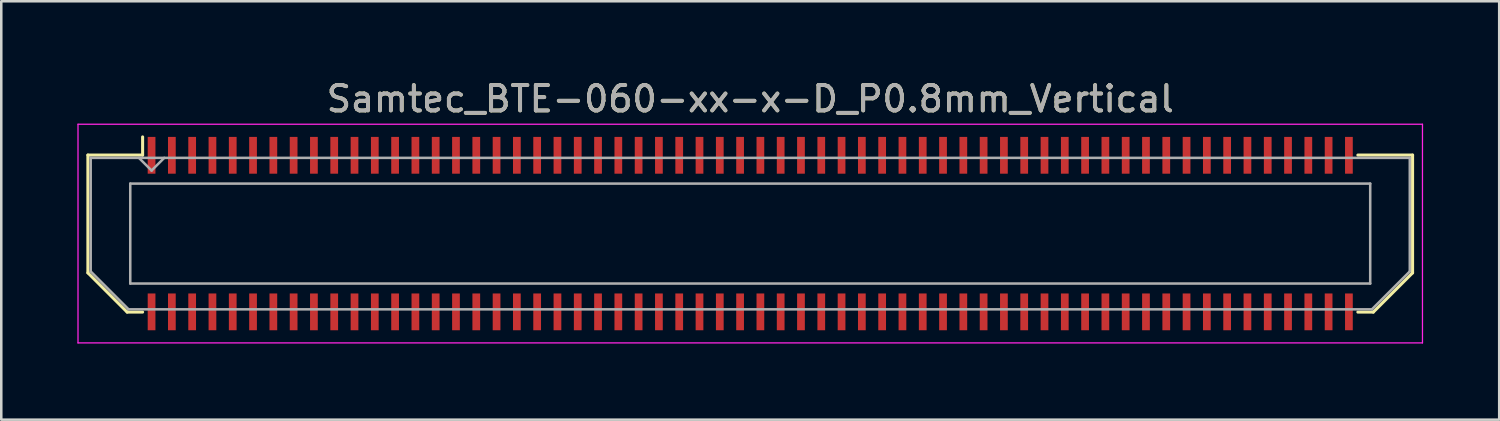
<source format=kicad_pcb>
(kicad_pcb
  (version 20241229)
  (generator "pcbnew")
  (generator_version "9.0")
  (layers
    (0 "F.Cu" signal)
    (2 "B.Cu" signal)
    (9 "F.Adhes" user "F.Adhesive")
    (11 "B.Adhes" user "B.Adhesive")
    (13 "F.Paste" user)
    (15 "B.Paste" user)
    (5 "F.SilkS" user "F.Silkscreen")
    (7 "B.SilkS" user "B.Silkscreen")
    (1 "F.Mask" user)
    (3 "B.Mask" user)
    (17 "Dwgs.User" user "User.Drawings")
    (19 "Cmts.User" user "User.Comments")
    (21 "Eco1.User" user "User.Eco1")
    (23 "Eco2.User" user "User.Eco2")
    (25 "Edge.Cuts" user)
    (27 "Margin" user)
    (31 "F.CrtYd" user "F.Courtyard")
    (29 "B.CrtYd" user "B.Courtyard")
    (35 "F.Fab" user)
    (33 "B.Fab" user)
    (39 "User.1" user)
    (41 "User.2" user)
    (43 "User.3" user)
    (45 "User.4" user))
  (footprint "Samtec_BTE-060-xx-x-D_P0.8mm_Vertical"
    (layer "F.Cu")
    (at 26.525 6.158)
    (property "Reference" "Samtec_BTE-060-xx-x-D_P0.8mm_Vertical" (at 0 -5.31 0) (layer "F.SilkS") (effects (font (size 1 1) (thickness 0.15))))
    (attr smd)
    (fp_line (start -26.11 -3.095) (end -26.11 1.548) (stroke (width 0.12) (type solid)) (layer "F.SilkS"))
    (fp_line (start -26.11 1.548) (end -24.562 3.095) (stroke (width 0.12) (type solid)) (layer "F.SilkS"))
    (fp_line (start -24.562 3.095) (end -23.953 3.095) (stroke (width 0.12) (type solid)) (layer "F.SilkS"))
    (fp_line (start -23.953 -3.811) (end -23.953 -3.095) (stroke (width 0.12) (type solid)) (layer "F.SilkS"))
    (fp_line (start -23.953 -3.095) (end -26.11 -3.095) (stroke (width 0.12) (type solid)) (layer "F.SilkS"))
    (fp_line (start 23.953 -3.095) (end 26.11 -3.095) (stroke (width 0.12) (type solid)) (layer "F.SilkS"))
    (fp_line (start 24.562 3.095) (end 23.953 3.095) (stroke (width 0.12) (type solid)) (layer "F.SilkS"))
    (fp_line (start 26.11 -3.095) (end 26.11 1.548) (stroke (width 0.12) (type solid)) (layer "F.SilkS"))
    (fp_line (start 26.11 1.548) (end 24.562 3.095) (stroke (width 0.12) (type solid)) (layer "F.SilkS"))
    (fp_line (start -26.5 -4.31) (end -26.5 4.31) (stroke (width 0.05) (type solid)) (layer "F.CrtYd"))
    (fp_line (start -26.5 4.31) (end 26.5 4.31) (stroke (width 0.05) (type solid)) (layer "F.CrtYd"))
    (fp_line (start 26.5 -4.31) (end -26.5 -4.31) (stroke (width 0.05) (type solid)) (layer "F.CrtYd"))
    (fp_line (start 26.5 4.31) (end 26.5 -4.31) (stroke (width 0.05) (type solid)) (layer "F.CrtYd"))
    (fp_line (start -26 -2.985) (end -26 1.492) (stroke (width 0.1) (type solid)) (layer "F.Fab"))
    (fp_line (start -26 -2.985) (end 26 -2.985) (stroke (width 0.1) (type solid)) (layer "F.Fab"))
    (fp_line (start -26 1.492) (end -24.508 2.985) (stroke (width 0.1) (type solid)) (layer "F.Fab"))
    (fp_line (start -24.508 2.985) (end 24.508 2.985) (stroke (width 0.1) (type solid)) (layer "F.Fab"))
    (fp_line (start -24.44 -1.97) (end -24.44 1.97) (stroke (width 0.1) (type solid)) (layer "F.Fab"))
    (fp_line (start -24.44 1.97) (end 24.44 1.97) (stroke (width 0.1) (type solid)) (layer "F.Fab"))
    (fp_line (start -23.6 -2.485) (end -24.1 -2.985) (stroke (width 0.1) (type solid)) (layer "F.Fab"))
    (fp_line (start -23.1 -2.985) (end -23.6 -2.485) (stroke (width 0.1) (type solid)) (layer "F.Fab"))
    (fp_line (start 24.44 -1.97) (end -24.44 -1.97) (stroke (width 0.1) (type solid)) (layer "F.Fab"))
    (fp_line (start 24.44 1.97) (end 24.44 -1.97) (stroke (width 0.1) (type solid)) (layer "F.Fab"))
    (fp_line (start 26 -2.985) (end 26 1.492) (stroke (width 0.1) (type solid)) (layer "F.Fab"))
    (fp_line (start 26 1.492) (end 24.508 2.985) (stroke (width 0.1) (type solid)) (layer "F.Fab"))
    (fp_text user "${REFERENCE}" (at 0 -5.31 0) (layer "F.Fab") (effects (font (size 1 1) (thickness 0.15))))
    (pad "1" smd rect (at -23.6 -3.086) (size 0.305 1.45) (layers "F.Cu" "F.Mask" "F.Paste"))
    (pad "2" smd rect (at -23.6 3.086) (size 0.305 1.45) (layers "F.Cu" "F.Mask" "F.Paste"))
    (pad "3" smd rect (at -22.8 -3.086) (size 0.305 1.45) (layers "F.Cu" "F.Mask" "F.Paste"))
    (pad "4" smd rect (at -22.8 3.086) (size 0.305 1.45) (layers "F.Cu" "F.Mask" "F.Paste"))
    (pad "5" smd rect (at -22 -3.086) (size 0.305 1.45) (layers "F.Cu" "F.Mask" "F.Paste"))
    (pad "6" smd rect (at -22 3.086) (size 0.305 1.45) (layers "F.Cu" "F.Mask" "F.Paste"))
    (pad "7" smd rect (at -21.2 -3.086) (size 0.305 1.45) (layers "F.Cu" "F.Mask" "F.Paste"))
    (pad "8" smd rect (at -21.2 3.086) (size 0.305 1.45) (layers "F.Cu" "F.Mask" "F.Paste"))
    (pad "9" smd rect (at -20.4 -3.086) (size 0.305 1.45) (layers "F.Cu" "F.Mask" "F.Paste"))
    (pad "10" smd rect (at -20.4 3.086) (size 0.305 1.45) (layers "F.Cu" "F.Mask" "F.Paste"))
    (pad "11" smd rect (at -19.6 -3.086) (size 0.305 1.45) (layers "F.Cu" "F.Mask" "F.Paste"))
    (pad "12" smd rect (at -19.6 3.086) (size 0.305 1.45) (layers "F.Cu" "F.Mask" "F.Paste"))
    (pad "13" smd rect (at -18.8 -3.086) (size 0.305 1.45) (layers "F.Cu" "F.Mask" "F.Paste"))
    (pad "14" smd rect (at -18.8 3.086) (size 0.305 1.45) (layers "F.Cu" "F.Mask" "F.Paste"))
    (pad "15" smd rect (at -18 -3.086) (size 0.305 1.45) (layers "F.Cu" "F.Mask" "F.Paste"))
    (pad "16" smd rect (at -18 3.086) (size 0.305 1.45) (layers "F.Cu" "F.Mask" "F.Paste"))
    (pad "17" smd rect (at -17.2 -3.086) (size 0.305 1.45) (layers "F.Cu" "F.Mask" "F.Paste"))
    (pad "18" smd rect (at -17.2 3.086) (size 0.305 1.45) (layers "F.Cu" "F.Mask" "F.Paste"))
    (pad "19" smd rect (at -16.4 -3.086) (size 0.305 1.45) (layers "F.Cu" "F.Mask" "F.Paste"))
    (pad "20" smd rect (at -16.4 3.086) (size 0.305 1.45) (layers "F.Cu" "F.Mask" "F.Paste"))
    (pad "21" smd rect (at -15.6 -3.086) (size 0.305 1.45) (layers "F.Cu" "F.Mask" "F.Paste"))
    (pad "22" smd rect (at -15.6 3.086) (size 0.305 1.45) (layers "F.Cu" "F.Mask" "F.Paste"))
    (pad "23" smd rect (at -14.8 -3.086) (size 0.305 1.45) (layers "F.Cu" "F.Mask" "F.Paste"))
    (pad "24" smd rect (at -14.8 3.086) (size 0.305 1.45) (layers "F.Cu" "F.Mask" "F.Paste"))
    (pad "25" smd rect (at -14 -3.086) (size 0.305 1.45) (layers "F.Cu" "F.Mask" "F.Paste"))
    (pad "26" smd rect (at -14 3.086) (size 0.305 1.45) (layers "F.Cu" "F.Mask" "F.Paste"))
    (pad "27" smd rect (at -13.2 -3.086) (size 0.305 1.45) (layers "F.Cu" "F.Mask" "F.Paste"))
    (pad "28" smd rect (at -13.2 3.086) (size 0.305 1.45) (layers "F.Cu" "F.Mask" "F.Paste"))
    (pad "29" smd rect (at -12.4 -3.086) (size 0.305 1.45) (layers "F.Cu" "F.Mask" "F.Paste"))
    (pad "30" smd rect (at -12.4 3.086) (size 0.305 1.45) (layers "F.Cu" "F.Mask" "F.Paste"))
    (pad "31" smd rect (at -11.6 -3.086) (size 0.305 1.45) (layers "F.Cu" "F.Mask" "F.Paste"))
    (pad "32" smd rect (at -11.6 3.086) (size 0.305 1.45) (layers "F.Cu" "F.Mask" "F.Paste"))
    (pad "33" smd rect (at -10.8 -3.086) (size 0.305 1.45) (layers "F.Cu" "F.Mask" "F.Paste"))
    (pad "34" smd rect (at -10.8 3.086) (size 0.305 1.45) (layers "F.Cu" "F.Mask" "F.Paste"))
    (pad "35" smd rect (at -10 -3.086) (size 0.305 1.45) (layers "F.Cu" "F.Mask" "F.Paste"))
    (pad "36" smd rect (at -10 3.086) (size 0.305 1.45) (layers "F.Cu" "F.Mask" "F.Paste"))
    (pad "37" smd rect (at -9.2 -3.086) (size 0.305 1.45) (layers "F.Cu" "F.Mask" "F.Paste"))
    (pad "38" smd rect (at -9.2 3.086) (size 0.305 1.45) (layers "F.Cu" "F.Mask" "F.Paste"))
    (pad "39" smd rect (at -8.4 -3.086) (size 0.305 1.45) (layers "F.Cu" "F.Mask" "F.Paste"))
    (pad "40" smd rect (at -8.4 3.086) (size 0.305 1.45) (layers "F.Cu" "F.Mask" "F.Paste"))
    (pad "41" smd rect (at -7.6 -3.086) (size 0.305 1.45) (layers "F.Cu" "F.Mask" "F.Paste"))
    (pad "42" smd rect (at -7.6 3.086) (size 0.305 1.45) (layers "F.Cu" "F.Mask" "F.Paste"))
    (pad "43" smd rect (at -6.8 -3.086) (size 0.305 1.45) (layers "F.Cu" "F.Mask" "F.Paste"))
    (pad "44" smd rect (at -6.8 3.086) (size 0.305 1.45) (layers "F.Cu" "F.Mask" "F.Paste"))
    (pad "45" smd rect (at -6 -3.086) (size 0.305 1.45) (layers "F.Cu" "F.Mask" "F.Paste"))
    (pad "46" smd rect (at -6 3.086) (size 0.305 1.45) (layers "F.Cu" "F.Mask" "F.Paste"))
    (pad "47" smd rect (at -5.2 -3.086) (size 0.305 1.45) (layers "F.Cu" "F.Mask" "F.Paste"))
    (pad "48" smd rect (at -5.2 3.086) (size 0.305 1.45) (layers "F.Cu" "F.Mask" "F.Paste"))
    (pad "49" smd rect (at -4.4 -3.086) (size 0.305 1.45) (layers "F.Cu" "F.Mask" "F.Paste"))
    (pad "50" smd rect (at -4.4 3.086) (size 0.305 1.45) (layers "F.Cu" "F.Mask" "F.Paste"))
    (pad "51" smd rect (at -3.6 -3.086) (size 0.305 1.45) (layers "F.Cu" "F.Mask" "F.Paste"))
    (pad "52" smd rect (at -3.6 3.086) (size 0.305 1.45) (layers "F.Cu" "F.Mask" "F.Paste"))
    (pad "53" smd rect (at -2.8 -3.086) (size 0.305 1.45) (layers "F.Cu" "F.Mask" "F.Paste"))
    (pad "54" smd rect (at -2.8 3.086) (size 0.305 1.45) (layers "F.Cu" "F.Mask" "F.Paste"))
    (pad "55" smd rect (at -2 -3.086) (size 0.305 1.45) (layers "F.Cu" "F.Mask" "F.Paste"))
    (pad "56" smd rect (at -2 3.086) (size 0.305 1.45) (layers "F.Cu" "F.Mask" "F.Paste"))
    (pad "57" smd rect (at -1.2 -3.086) (size 0.305 1.45) (layers "F.Cu" "F.Mask" "F.Paste"))
    (pad "58" smd rect (at -1.2 3.086) (size 0.305 1.45) (layers "F.Cu" "F.Mask" "F.Paste"))
    (pad "59" smd rect (at -0.4 -3.086) (size 0.305 1.45) (layers "F.Cu" "F.Mask" "F.Paste"))
    (pad "60" smd rect (at -0.4 3.086) (size 0.305 1.45) (layers "F.Cu" "F.Mask" "F.Paste"))
    (pad "61" smd rect (at 0.4 -3.086) (size 0.305 1.45) (layers "F.Cu" "F.Mask" "F.Paste"))
    (pad "62" smd rect (at 0.4 3.086) (size 0.305 1.45) (layers "F.Cu" "F.Mask" "F.Paste"))
    (pad "63" smd rect (at 1.2 -3.086) (size 0.305 1.45) (layers "F.Cu" "F.Mask" "F.Paste"))
    (pad "64" smd rect (at 1.2 3.086) (size 0.305 1.45) (layers "F.Cu" "F.Mask" "F.Paste"))
    (pad "65" smd rect (at 2 -3.086) (size 0.305 1.45) (layers "F.Cu" "F.Mask" "F.Paste"))
    (pad "66" smd rect (at 2 3.086) (size 0.305 1.45) (layers "F.Cu" "F.Mask" "F.Paste"))
    (pad "67" smd rect (at 2.8 -3.086) (size 0.305 1.45) (layers "F.Cu" "F.Mask" "F.Paste"))
    (pad "68" smd rect (at 2.8 3.086) (size 0.305 1.45) (layers "F.Cu" "F.Mask" "F.Paste"))
    (pad "69" smd rect (at 3.6 -3.086) (size 0.305 1.45) (layers "F.Cu" "F.Mask" "F.Paste"))
    (pad "70" smd rect (at 3.6 3.086) (size 0.305 1.45) (layers "F.Cu" "F.Mask" "F.Paste"))
    (pad "71" smd rect (at 4.4 -3.086) (size 0.305 1.45) (layers "F.Cu" "F.Mask" "F.Paste"))
    (pad "72" smd rect (at 4.4 3.086) (size 0.305 1.45) (layers "F.Cu" "F.Mask" "F.Paste"))
    (pad "73" smd rect (at 5.2 -3.086) (size 0.305 1.45) (layers "F.Cu" "F.Mask" "F.Paste"))
    (pad "74" smd rect (at 5.2 3.086) (size 0.305 1.45) (layers "F.Cu" "F.Mask" "F.Paste"))
    (pad "75" smd rect (at 6 -3.086) (size 0.305 1.45) (layers "F.Cu" "F.Mask" "F.Paste"))
    (pad "76" smd rect (at 6 3.086) (size 0.305 1.45) (layers "F.Cu" "F.Mask" "F.Paste"))
    (pad "77" smd rect (at 6.8 -3.086) (size 0.305 1.45) (layers "F.Cu" "F.Mask" "F.Paste"))
    (pad "78" smd rect (at 6.8 3.086) (size 0.305 1.45) (layers "F.Cu" "F.Mask" "F.Paste"))
    (pad "79" smd rect (at 7.6 -3.086) (size 0.305 1.45) (layers "F.Cu" "F.Mask" "F.Paste"))
    (pad "80" smd rect (at 7.6 3.086) (size 0.305 1.45) (layers "F.Cu" "F.Mask" "F.Paste"))
    (pad "81" smd rect (at 8.4 -3.086) (size 0.305 1.45) (layers "F.Cu" "F.Mask" "F.Paste"))
    (pad "82" smd rect (at 8.4 3.086) (size 0.305 1.45) (layers "F.Cu" "F.Mask" "F.Paste"))
    (pad "83" smd rect (at 9.2 -3.086) (size 0.305 1.45) (layers "F.Cu" "F.Mask" "F.Paste"))
    (pad "84" smd rect (at 9.2 3.086) (size 0.305 1.45) (layers "F.Cu" "F.Mask" "F.Paste"))
    (pad "85" smd rect (at 10 -3.086) (size 0.305 1.45) (layers "F.Cu" "F.Mask" "F.Paste"))
    (pad "86" smd rect (at 10 3.086) (size 0.305 1.45) (layers "F.Cu" "F.Mask" "F.Paste"))
    (pad "87" smd rect (at 10.8 -3.086) (size 0.305 1.45) (layers "F.Cu" "F.Mask" "F.Paste"))
    (pad "88" smd rect (at 10.8 3.086) (size 0.305 1.45) (layers "F.Cu" "F.Mask" "F.Paste"))
    (pad "89" smd rect (at 11.6 -3.086) (size 0.305 1.45) (layers "F.Cu" "F.Mask" "F.Paste"))
    (pad "90" smd rect (at 11.6 3.086) (size 0.305 1.45) (layers "F.Cu" "F.Mask" "F.Paste"))
    (pad "91" smd rect (at 12.4 -3.086) (size 0.305 1.45) (layers "F.Cu" "F.Mask" "F.Paste"))
    (pad "92" smd rect (at 12.4 3.086) (size 0.305 1.45) (layers "F.Cu" "F.Mask" "F.Paste"))
    (pad "93" smd rect (at 13.2 -3.086) (size 0.305 1.45) (layers "F.Cu" "F.Mask" "F.Paste"))
    (pad "94" smd rect (at 13.2 3.086) (size 0.305 1.45) (layers "F.Cu" "F.Mask" "F.Paste"))
    (pad "95" smd rect (at 14 -3.086) (size 0.305 1.45) (layers "F.Cu" "F.Mask" "F.Paste"))
    (pad "96" smd rect (at 14 3.086) (size 0.305 1.45) (layers "F.Cu" "F.Mask" "F.Paste"))
    (pad "97" smd rect (at 14.8 -3.086) (size 0.305 1.45) (layers "F.Cu" "F.Mask" "F.Paste"))
    (pad "98" smd rect (at 14.8 3.086) (size 0.305 1.45) (layers "F.Cu" "F.Mask" "F.Paste"))
    (pad "99" smd rect (at 15.6 -3.086) (size 0.305 1.45) (layers "F.Cu" "F.Mask" "F.Paste"))
    (pad "100" smd rect (at 15.6 3.086) (size 0.305 1.45) (layers "F.Cu" "F.Mask" "F.Paste"))
    (pad "101" smd rect (at 16.4 -3.086) (size 0.305 1.45) (layers "F.Cu" "F.Mask" "F.Paste"))
    (pad "102" smd rect (at 16.4 3.086) (size 0.305 1.45) (layers "F.Cu" "F.Mask" "F.Paste"))
    (pad "103" smd rect (at 17.2 -3.086) (size 0.305 1.45) (layers "F.Cu" "F.Mask" "F.Paste"))
    (pad "104" smd rect (at 17.2 3.086) (size 0.305 1.45) (layers "F.Cu" "F.Mask" "F.Paste"))
    (pad "105" smd rect (at 18 -3.086) (size 0.305 1.45) (layers "F.Cu" "F.Mask" "F.Paste"))
    (pad "106" smd rect (at 18 3.086) (size 0.305 1.45) (layers "F.Cu" "F.Mask" "F.Paste"))
    (pad "107" smd rect (at 18.8 -3.086) (size 0.305 1.45) (layers "F.Cu" "F.Mask" "F.Paste"))
    (pad "108" smd rect (at 18.8 3.086) (size 0.305 1.45) (layers "F.Cu" "F.Mask" "F.Paste"))
    (pad "109" smd rect (at 19.6 -3.086) (size 0.305 1.45) (layers "F.Cu" "F.Mask" "F.Paste"))
    (pad "110" smd rect (at 19.6 3.086) (size 0.305 1.45) (layers "F.Cu" "F.Mask" "F.Paste"))
    (pad "111" smd rect (at 20.4 -3.086) (size 0.305 1.45) (layers "F.Cu" "F.Mask" "F.Paste"))
    (pad "112" smd rect (at 20.4 3.086) (size 0.305 1.45) (layers "F.Cu" "F.Mask" "F.Paste"))
    (pad "113" smd rect (at 21.2 -3.086) (size 0.305 1.45) (layers "F.Cu" "F.Mask" "F.Paste"))
    (pad "114" smd rect (at 21.2 3.086) (size 0.305 1.45) (layers "F.Cu" "F.Mask" "F.Paste"))
    (pad "115" smd rect (at 22 -3.086) (size 0.305 1.45) (layers "F.Cu" "F.Mask" "F.Paste"))
    (pad "116" smd rect (at 22 3.086) (size 0.305 1.45) (layers "F.Cu" "F.Mask" "F.Paste"))
    (pad "117" smd rect (at 22.8 -3.086) (size 0.305 1.45) (layers "F.Cu" "F.Mask" "F.Paste"))
    (pad "118" smd rect (at 22.8 3.086) (size 0.305 1.45) (layers "F.Cu" "F.Mask" "F.Paste"))
    (pad "119" smd rect (at 23.6 -3.086) (size 0.305 1.45) (layers "F.Cu" "F.Mask" "F.Paste"))
    (pad "120" smd rect (at 23.6 3.086) (size 0.305 1.45) (layers "F.Cu" "F.Mask" "F.Paste")))
  (gr_rect
    (start -3 -3)
    (end 56.05 13.493)
    (stroke (width 0.1) (type default))
    (fill no)
    (layer "Edge.Cuts")))
</source>
